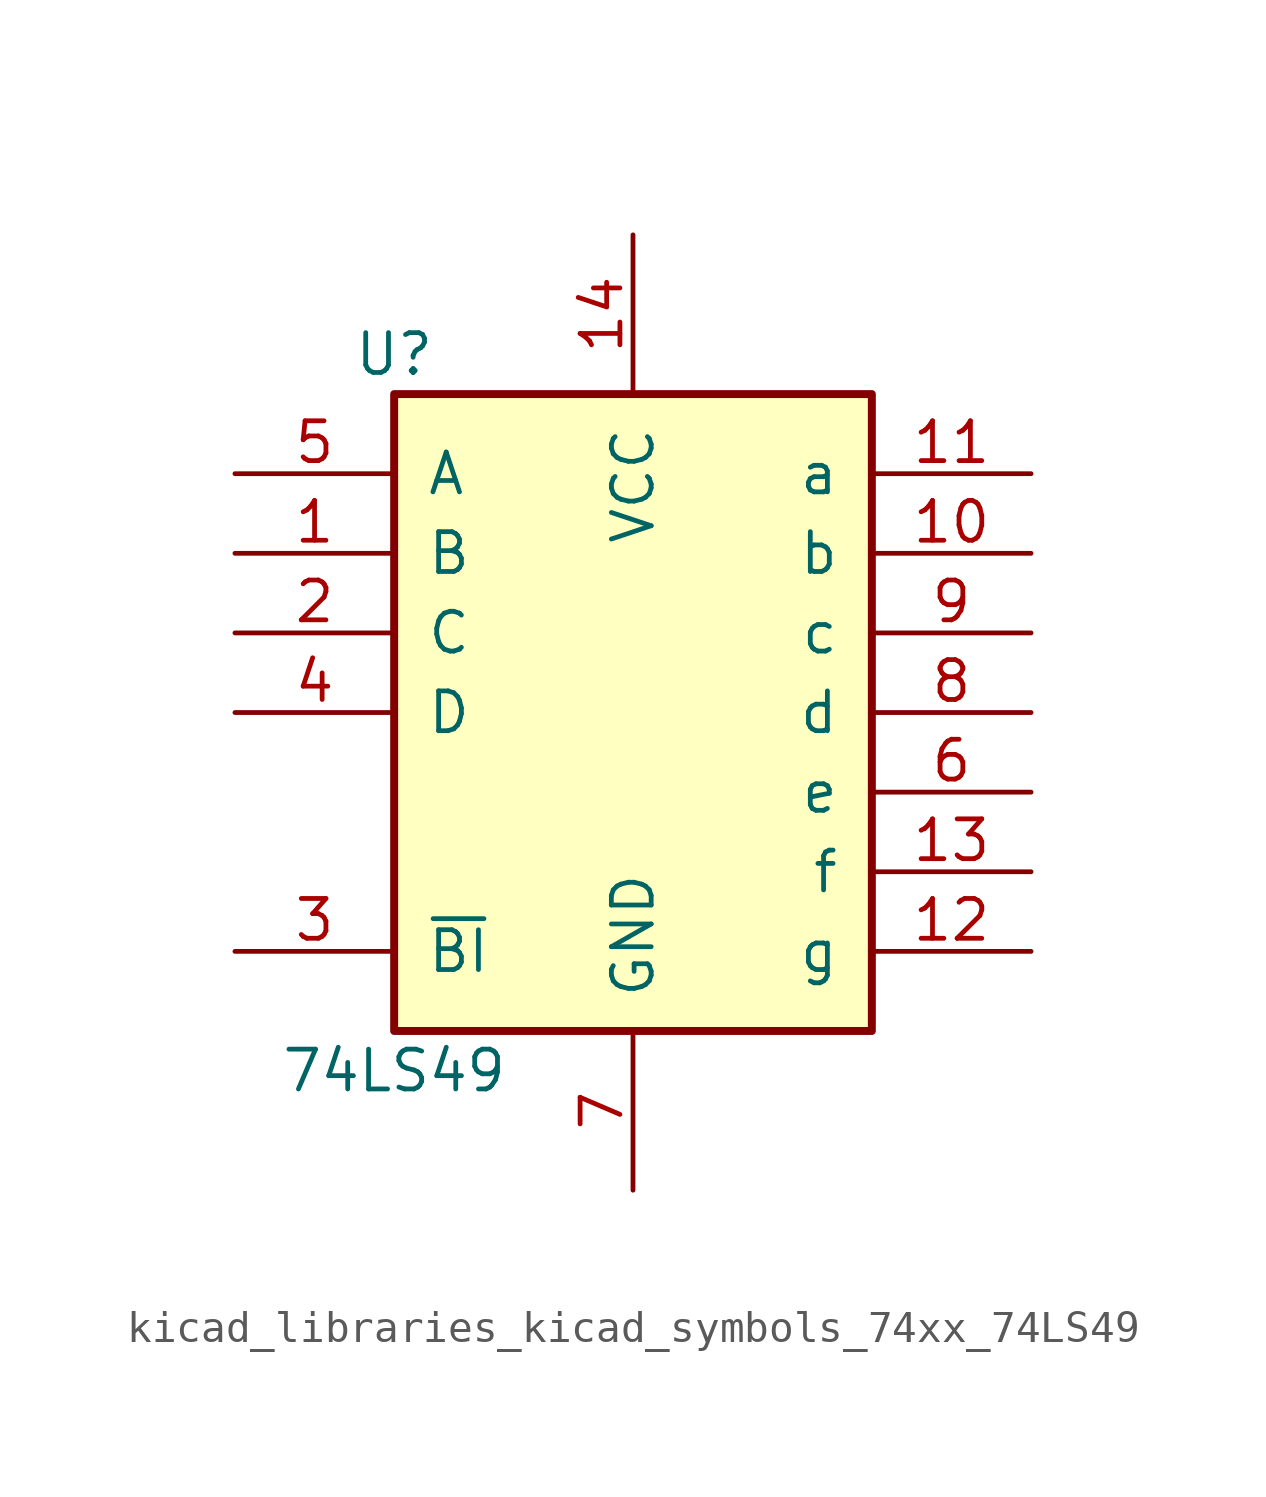
<source format=kicad_sym>
(kicad_symbol_lib
  (version 20220914)
  (generator kicad_symbol_editor)
  (symbol "kicad_libraries_kicad_symbols_74xx_74LS49"
    (pin_names
      (offset 1.016))
    (property "Reference" "U"
      (at -7.62 11.43 0)
      (effects (font (size 1.27 1.27))))
    (property "Value" "74LS49"
      (at -7.62 -11.43 0)
      (effects (font (size 1.27 1.27))))
    (property "ki_locked" ""
      (at 0 0 0)
      (effects (font (size 1.27 1.27))))
    (symbol "kicad_libraries_kicad_symbols_74xx_74LS49_1_0"
      (pin input line (at -12.7 5.08 0) (length 5.08) (name "B" (effects (font (size 1.27 1.27)))) (number "1" (effects (font (size 1.27 1.27)))))
      (pin open_collector line (at 12.7 5.08 180) (length 5.08) (name "b" (effects (font (size 1.27 1.27)))) (number "10" (effects (font (size 1.27 1.27)))))
      (pin open_collector line (at 12.7 7.62 180) (length 5.08) (name "a" (effects (font (size 1.27 1.27)))) (number "11" (effects (font (size 1.27 1.27)))))
      (pin open_collector line (at 12.7 -7.62 180) (length 5.08) (name "g" (effects (font (size 1.27 1.27)))) (number "12" (effects (font (size 1.27 1.27)))))
      (pin open_collector line (at 12.7 -5.08 180) (length 5.08) (name "f" (effects (font (size 1.27 1.27)))) (number "13" (effects (font (size 1.27 1.27)))))
      (pin power_in line (at 0 15.24 270) (length 5.08) (name "VCC" (effects (font (size 1.27 1.27)))) (number "14" (effects (font (size 1.27 1.27)))))
      (pin input line (at -12.7 2.54 0) (length 5.08) (name "C" (effects (font (size 1.27 1.27)))) (number "2" (effects (font (size 1.27 1.27)))))
      (pin input line (at -12.7 -7.62 0) (length 5.08) (name "~{BI}" (effects (font (size 1.27 1.27)))) (number "3" (effects (font (size 1.27 1.27)))))
      (pin input line (at -12.7 0 0) (length 5.08) (name "D" (effects (font (size 1.27 1.27)))) (number "4" (effects (font (size 1.27 1.27)))))
      (pin input line (at -12.7 7.62 0) (length 5.08) (name "A" (effects (font (size 1.27 1.27)))) (number "5" (effects (font (size 1.27 1.27)))))
      (pin open_collector line (at 12.7 -2.54 180) (length 5.08) (name "e" (effects (font (size 1.27 1.27)))) (number "6" (effects (font (size 1.27 1.27)))))
      (pin power_in line (at 0 -15.24 90) (length 5.08) (name "GND" (effects (font (size 1.27 1.27)))) (number "7" (effects (font (size 1.27 1.27)))))
      (pin open_collector line (at 12.7 0 180) (length 5.08) (name "d" (effects (font (size 1.27 1.27)))) (number "8" (effects (font (size 1.27 1.27)))))
      (pin open_collector line (at 12.7 2.54 180) (length 5.08) (name "c" (effects (font (size 1.27 1.27)))) (number "9" (effects (font (size 1.27 1.27))))))
    (symbol "kicad_libraries_kicad_symbols_74xx_74LS49_1_1"
      (rectangle (start -7.62 10.16) (end 7.62 -10.16) (stroke (width 0.254) (type default)) (fill (type background))))))
</source>
